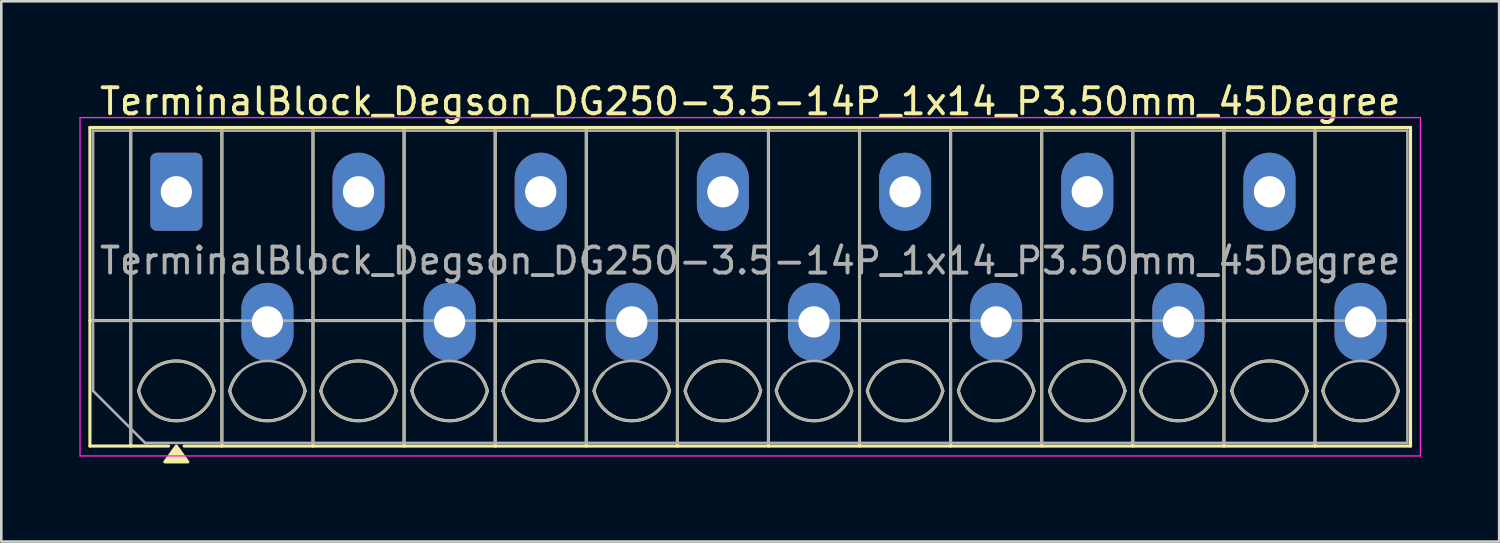
<source format=kicad_pcb>
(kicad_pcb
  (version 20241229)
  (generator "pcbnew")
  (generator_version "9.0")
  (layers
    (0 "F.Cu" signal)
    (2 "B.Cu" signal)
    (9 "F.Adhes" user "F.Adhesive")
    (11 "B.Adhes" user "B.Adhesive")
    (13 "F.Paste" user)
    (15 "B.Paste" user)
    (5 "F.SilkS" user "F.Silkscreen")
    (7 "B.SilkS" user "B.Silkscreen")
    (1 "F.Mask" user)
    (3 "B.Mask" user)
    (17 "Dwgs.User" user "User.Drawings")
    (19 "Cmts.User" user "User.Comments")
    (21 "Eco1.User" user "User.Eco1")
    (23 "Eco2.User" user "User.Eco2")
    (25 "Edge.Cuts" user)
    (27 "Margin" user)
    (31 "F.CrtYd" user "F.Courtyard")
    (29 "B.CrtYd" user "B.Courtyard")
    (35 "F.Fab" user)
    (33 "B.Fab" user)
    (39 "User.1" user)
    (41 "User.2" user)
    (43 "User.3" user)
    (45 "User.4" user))
  (footprint "TerminalBlock_Degson_DG250-3.5-14P_1x14_P3.50mm_45Degree"
    (layer "F.Cu")
    (at 3.725 4.318)
    (property "Reference" "TerminalBlock_Degson_DG250-3.5-14P_1x14_P3.50mm_45Degree" (at 22.05 -3.47 0) (layer "F.SilkS") (effects (font (size 1 1) (thickness 0.15))))
    (attr through_hole)
    (fp_line (start -3.32 -2.47) (end -3.32 9.77) (stroke (width 0.12) (type solid)) (layer "F.SilkS"))
    (fp_line (start -3.32 -2.47) (end 47.42 -2.47) (stroke (width 0.12) (type solid)) (layer "F.SilkS"))
    (fp_line (start -3.32 4.95) (end 2.02 4.95) (stroke (width 0.12) (type solid)) (layer "F.SilkS"))
    (fp_line (start -3.32 9.77) (end -0.3 9.77) (stroke (width 0.12) (type solid)) (layer "F.SilkS"))
    (fp_line (start -1.75 -2.47) (end -1.75 9.77) (stroke (width 0.12) (type solid)) (layer "F.SilkS"))
    (fp_line (start 0.3 9.77) (end 47.42 9.77) (stroke (width 0.12) (type solid)) (layer "F.SilkS"))
    (fp_line (start 1.75 -2.47) (end 1.75 9.77) (stroke (width 0.12) (type solid)) (layer "F.SilkS"))
    (fp_line (start 4.98 4.95) (end 9.02 4.95) (stroke (width 0.12) (type solid)) (layer "F.SilkS"))
    (fp_line (start 5.25 -2.47) (end 5.25 9.77) (stroke (width 0.12) (type solid)) (layer "F.SilkS"))
    (fp_line (start 8.75 -2.47) (end 8.75 9.77) (stroke (width 0.12) (type solid)) (layer "F.SilkS"))
    (fp_line (start 11.98 4.95) (end 16.02 4.95) (stroke (width 0.12) (type solid)) (layer "F.SilkS"))
    (fp_line (start 12.25 -2.47) (end 12.25 9.77) (stroke (width 0.12) (type solid)) (layer "F.SilkS"))
    (fp_line (start 15.75 -2.47) (end 15.75 9.77) (stroke (width 0.12) (type solid)) (layer "F.SilkS"))
    (fp_line (start 18.98 4.95) (end 23.02 4.95) (stroke (width 0.12) (type solid)) (layer "F.SilkS"))
    (fp_line (start 19.25 -2.47) (end 19.25 9.77) (stroke (width 0.12) (type solid)) (layer "F.SilkS"))
    (fp_line (start 22.75 -2.47) (end 22.75 9.77) (stroke (width 0.12) (type solid)) (layer "F.SilkS"))
    (fp_line (start 25.98 4.95) (end 30.02 4.95) (stroke (width 0.12) (type solid)) (layer "F.SilkS"))
    (fp_line (start 26.25 -2.47) (end 26.25 9.77) (stroke (width 0.12) (type solid)) (layer "F.SilkS"))
    (fp_line (start 29.75 -2.47) (end 29.75 9.77) (stroke (width 0.12) (type solid)) (layer "F.SilkS"))
    (fp_line (start 32.98 4.95) (end 37.02 4.95) (stroke (width 0.12) (type solid)) (layer "F.SilkS"))
    (fp_line (start 33.25 -2.47) (end 33.25 9.77) (stroke (width 0.12) (type solid)) (layer "F.SilkS"))
    (fp_line (start 36.75 -2.47) (end 36.75 9.77) (stroke (width 0.12) (type solid)) (layer "F.SilkS"))
    (fp_line (start 39.98 4.95) (end 44.02 4.95) (stroke (width 0.12) (type solid)) (layer "F.SilkS"))
    (fp_line (start 40.25 -2.47) (end 40.25 9.77) (stroke (width 0.12) (type solid)) (layer "F.SilkS"))
    (fp_line (start 43.75 -2.47) (end 43.75 9.77) (stroke (width 0.12) (type solid)) (layer "F.SilkS"))
    (fp_line (start 46.98 4.95) (end 47.42 4.95) (stroke (width 0.12) (type solid)) (layer "F.SilkS"))
    (fp_line (start 47.42 -2.47) (end 47.42 9.77) (stroke (width 0.12) (type solid)) (layer "F.SilkS"))
    (fp_arc (start -1.45 7.65) (mid 0 6.5) (end 1.45 7.65) (stroke (width 0.12) (type solid)) (layer "F.SilkS"))
    (fp_arc (start 1.45 7.65) (mid 0 8.8) (end -1.45 7.65) (stroke (width 0.12) (type solid)) (layer "F.SilkS"))
    (fp_arc (start 2.05 7.65) (mid 2.18402 7.291962) (end 2.405 6.98) (stroke (width 0.12) (type solid)) (layer "F.SilkS"))
    (fp_arc (start 4.595 6.98) (mid 4.81598 7.291962) (end 4.95 7.65) (stroke (width 0.12) (type solid)) (layer "F.SilkS"))
    (fp_arc (start 4.95 7.65) (mid 3.5 8.8) (end 2.05 7.65) (stroke (width 0.12) (type solid)) (layer "F.SilkS"))
    (fp_arc (start 5.55 7.65) (mid 7 6.5) (end 8.45 7.65) (stroke (width 0.12) (type solid)) (layer "F.SilkS"))
    (fp_arc (start 8.45 7.65) (mid 7 8.8) (end 5.55 7.65) (stroke (width 0.12) (type solid)) (layer "F.SilkS"))
    (fp_arc (start 9.05 7.65) (mid 9.18402 7.291962) (end 9.405 6.98) (stroke (width 0.12) (type solid)) (layer "F.SilkS"))
    (fp_arc (start 11.595 6.98) (mid 11.81598 7.291962) (end 11.95 7.65) (stroke (width 0.12) (type solid)) (layer "F.SilkS"))
    (fp_arc (start 11.95 7.65) (mid 10.5 8.8) (end 9.05 7.65) (stroke (width 0.12) (type solid)) (layer "F.SilkS"))
    (fp_arc (start 12.55 7.65) (mid 14 6.5) (end 15.45 7.65) (stroke (width 0.12) (type solid)) (layer "F.SilkS"))
    (fp_arc (start 15.45 7.65) (mid 14 8.8) (end 12.55 7.65) (stroke (width 0.12) (type solid)) (layer "F.SilkS"))
    (fp_arc (start 16.05 7.65) (mid 16.18402 7.291962) (end 16.405 6.98) (stroke (width 0.12) (type solid)) (layer "F.SilkS"))
    (fp_arc (start 18.595 6.98) (mid 18.81598 7.291962) (end 18.95 7.65) (stroke (width 0.12) (type solid)) (layer "F.SilkS"))
    (fp_arc (start 18.95 7.65) (mid 17.5 8.8) (end 16.05 7.65) (stroke (width 0.12) (type solid)) (layer "F.SilkS"))
    (fp_arc (start 19.55 7.65) (mid 21 6.5) (end 22.45 7.65) (stroke (width 0.12) (type solid)) (layer "F.SilkS"))
    (fp_arc (start 22.45 7.65) (mid 21 8.8) (end 19.55 7.65) (stroke (width 0.12) (type solid)) (layer "F.SilkS"))
    (fp_arc (start 23.05 7.65) (mid 23.18402 7.291962) (end 23.405 6.98) (stroke (width 0.12) (type solid)) (layer "F.SilkS"))
    (fp_arc (start 25.595 6.98) (mid 25.81598 7.291962) (end 25.95 7.65) (stroke (width 0.12) (type solid)) (layer "F.SilkS"))
    (fp_arc (start 25.95 7.65) (mid 24.5 8.8) (end 23.05 7.65) (stroke (width 0.12) (type solid)) (layer "F.SilkS"))
    (fp_arc (start 26.55 7.65) (mid 28 6.5) (end 29.45 7.65) (stroke (width 0.12) (type solid)) (layer "F.SilkS"))
    (fp_arc (start 29.45 7.65) (mid 28 8.8) (end 26.55 7.65) (stroke (width 0.12) (type solid)) (layer "F.SilkS"))
    (fp_arc (start 30.05 7.65) (mid 30.18402 7.291962) (end 30.405 6.98) (stroke (width 0.12) (type solid)) (layer "F.SilkS"))
    (fp_arc (start 32.595 6.98) (mid 32.81598 7.291962) (end 32.95 7.65) (stroke (width 0.12) (type solid)) (layer "F.SilkS"))
    (fp_arc (start 32.95 7.65) (mid 31.5 8.8) (end 30.05 7.65) (stroke (width 0.12) (type solid)) (layer "F.SilkS"))
    (fp_arc (start 33.55 7.65) (mid 35 6.5) (end 36.45 7.65) (stroke (width 0.12) (type solid)) (layer "F.SilkS"))
    (fp_arc (start 36.45 7.65) (mid 35 8.8) (end 33.55 7.65) (stroke (width 0.12) (type solid)) (layer "F.SilkS"))
    (fp_arc (start 37.05 7.65) (mid 37.18402 7.291962) (end 37.405 6.98) (stroke (width 0.12) (type solid)) (layer "F.SilkS"))
    (fp_arc (start 39.595 6.98) (mid 39.81598 7.291962) (end 39.95 7.65) (stroke (width 0.12) (type solid)) (layer "F.SilkS"))
    (fp_arc (start 39.95 7.65) (mid 38.5 8.8) (end 37.05 7.65) (stroke (width 0.12) (type solid)) (layer "F.SilkS"))
    (fp_arc (start 40.55 7.65) (mid 42 6.5) (end 43.45 7.65) (stroke (width 0.12) (type solid)) (layer "F.SilkS"))
    (fp_arc (start 43.45 7.65) (mid 42 8.8) (end 40.55 7.65) (stroke (width 0.12) (type solid)) (layer "F.SilkS"))
    (fp_arc (start 44.05 7.65) (mid 44.18402 7.291962) (end 44.405 6.98) (stroke (width 0.12) (type solid)) (layer "F.SilkS"))
    (fp_arc (start 46.595 6.98) (mid 46.81598 7.291962) (end 46.95 7.65) (stroke (width 0.12) (type solid)) (layer "F.SilkS"))
    (fp_arc (start 46.95 7.65) (mid 45.5 8.8) (end 44.05 7.65) (stroke (width 0.12) (type solid)) (layer "F.SilkS"))
    (fp_poly (pts (xy 0 9.77) (xy 0.44 10.38) (xy -0.44 10.38)) (stroke (width 0.12) (type solid)) (fill yes) (layer "F.SilkS"))
    (fp_line (start -3.7 -2.85) (end -3.7 10.15) (stroke (width 0.05) (type solid)) (layer "F.CrtYd"))
    (fp_line (start -3.7 10.15) (end 47.8 10.15) (stroke (width 0.05) (type solid)) (layer "F.CrtYd"))
    (fp_line (start 47.8 -2.85) (end -3.7 -2.85) (stroke (width 0.05) (type solid)) (layer "F.CrtYd"))
    (fp_line (start 47.8 10.15) (end 47.8 -2.85) (stroke (width 0.05) (type solid)) (layer "F.CrtYd"))
    (fp_line (start -3.2 -2.35) (end 47.3 -2.35) (stroke (width 0.1) (type solid)) (layer "F.Fab"))
    (fp_line (start -3.2 4.95) (end 47.3 4.95) (stroke (width 0.1) (type solid)) (layer "F.Fab"))
    (fp_line (start -3.2 7.65) (end -3.2 -2.35) (stroke (width 0.1) (type solid)) (layer "F.Fab"))
    (fp_line (start -1.75 -2.35) (end -1.75 9.65) (stroke (width 0.1) (type solid)) (layer "F.Fab"))
    (fp_line (start -1.2 9.65) (end -3.2 7.65) (stroke (width 0.1) (type solid)) (layer "F.Fab"))
    (fp_line (start 1.75 -2.35) (end 1.75 9.65) (stroke (width 0.1) (type solid)) (layer "F.Fab"))
    (fp_line (start 5.25 -2.35) (end 5.25 9.65) (stroke (width 0.1) (type solid)) (layer "F.Fab"))
    (fp_line (start 8.75 -2.35) (end 8.75 9.65) (stroke (width 0.1) (type solid)) (layer "F.Fab"))
    (fp_line (start 12.25 -2.35) (end 12.25 9.65) (stroke (width 0.1) (type solid)) (layer "F.Fab"))
    (fp_line (start 15.75 -2.35) (end 15.75 9.65) (stroke (width 0.1) (type solid)) (layer "F.Fab"))
    (fp_line (start 19.25 -2.35) (end 19.25 9.65) (stroke (width 0.1) (type solid)) (layer "F.Fab"))
    (fp_line (start 22.75 -2.35) (end 22.75 9.65) (stroke (width 0.1) (type solid)) (layer "F.Fab"))
    (fp_line (start 26.25 -2.35) (end 26.25 9.65) (stroke (width 0.1) (type solid)) (layer "F.Fab"))
    (fp_line (start 29.75 -2.35) (end 29.75 9.65) (stroke (width 0.1) (type solid)) (layer "F.Fab"))
    (fp_line (start 33.25 -2.35) (end 33.25 9.65) (stroke (width 0.1) (type solid)) (layer "F.Fab"))
    (fp_line (start 36.75 -2.35) (end 36.75 9.65) (stroke (width 0.1) (type solid)) (layer "F.Fab"))
    (fp_line (start 40.25 -2.35) (end 40.25 9.65) (stroke (width 0.1) (type solid)) (layer "F.Fab"))
    (fp_line (start 43.75 -2.35) (end 43.75 9.65) (stroke (width 0.1) (type solid)) (layer "F.Fab"))
    (fp_line (start 47.3 -2.35) (end 47.3 9.65) (stroke (width 0.1) (type solid)) (layer "F.Fab"))
    (fp_line (start 47.3 9.65) (end -1.2 9.65) (stroke (width 0.1) (type solid)) (layer "F.Fab"))
    (fp_arc (start -1.45 7.65) (mid 0 6.5) (end 1.45 7.65) (stroke (width 0.1) (type solid)) (layer "F.Fab"))
    (fp_arc (start 1.45 7.65) (mid 0 8.8) (end -1.45 7.65) (stroke (width 0.1) (type solid)) (layer "F.Fab"))
    (fp_arc (start 2.05 7.65) (mid 3.5 6.5) (end 4.95 7.65) (stroke (width 0.1) (type solid)) (layer "F.Fab"))
    (fp_arc (start 4.95 7.65) (mid 3.5 8.8) (end 2.05 7.65) (stroke (width 0.1) (type solid)) (layer "F.Fab"))
    (fp_arc (start 5.55 7.65) (mid 7 6.5) (end 8.45 7.65) (stroke (width 0.1) (type solid)) (layer "F.Fab"))
    (fp_arc (start 8.45 7.65) (mid 7 8.8) (end 5.55 7.65) (stroke (width 0.1) (type solid)) (layer "F.Fab"))
    (fp_arc (start 9.05 7.65) (mid 10.5 6.5) (end 11.95 7.65) (stroke (width 0.1) (type solid)) (layer "F.Fab"))
    (fp_arc (start 11.95 7.65) (mid 10.5 8.8) (end 9.05 7.65) (stroke (width 0.1) (type solid)) (layer "F.Fab"))
    (fp_arc (start 12.55 7.65) (mid 14 6.5) (end 15.45 7.65) (stroke (width 0.1) (type solid)) (layer "F.Fab"))
    (fp_arc (start 15.45 7.65) (mid 14 8.8) (end 12.55 7.65) (stroke (width 0.1) (type solid)) (layer "F.Fab"))
    (fp_arc (start 16.05 7.65) (mid 17.5 6.5) (end 18.95 7.65) (stroke (width 0.1) (type solid)) (layer "F.Fab"))
    (fp_arc (start 18.95 7.65) (mid 17.5 8.8) (end 16.05 7.65) (stroke (width 0.1) (type solid)) (layer "F.Fab"))
    (fp_arc (start 19.55 7.65) (mid 21 6.5) (end 22.45 7.65) (stroke (width 0.1) (type solid)) (layer "F.Fab"))
    (fp_arc (start 22.45 7.65) (mid 21 8.8) (end 19.55 7.65) (stroke (width 0.1) (type solid)) (layer "F.Fab"))
    (fp_arc (start 23.05 7.65) (mid 24.5 6.5) (end 25.95 7.65) (stroke (width 0.1) (type solid)) (layer "F.Fab"))
    (fp_arc (start 25.95 7.65) (mid 24.5 8.8) (end 23.05 7.65) (stroke (width 0.1) (type solid)) (layer "F.Fab"))
    (fp_arc (start 26.55 7.65) (mid 28 6.5) (end 29.45 7.65) (stroke (width 0.1) (type solid)) (layer "F.Fab"))
    (fp_arc (start 29.45 7.65) (mid 28 8.8) (end 26.55 7.65) (stroke (width 0.1) (type solid)) (layer "F.Fab"))
    (fp_arc (start 30.05 7.65) (mid 31.5 6.5) (end 32.95 7.65) (stroke (width 0.1) (type solid)) (layer "F.Fab"))
    (fp_arc (start 32.95 7.65) (mid 31.5 8.8) (end 30.05 7.65) (stroke (width 0.1) (type solid)) (layer "F.Fab"))
    (fp_arc (start 33.55 7.65) (mid 35 6.5) (end 36.45 7.65) (stroke (width 0.1) (type solid)) (layer "F.Fab"))
    (fp_arc (start 36.45 7.65) (mid 35 8.8) (end 33.55 7.65) (stroke (width 0.1) (type solid)) (layer "F.Fab"))
    (fp_arc (start 37.05 7.65) (mid 38.5 6.5) (end 39.95 7.65) (stroke (width 0.1) (type solid)) (layer "F.Fab"))
    (fp_arc (start 39.95 7.65) (mid 38.5 8.8) (end 37.05 7.65) (stroke (width 0.1) (type solid)) (layer "F.Fab"))
    (fp_arc (start 40.55 7.65) (mid 42 6.5) (end 43.45 7.65) (stroke (width 0.1) (type solid)) (layer "F.Fab"))
    (fp_arc (start 43.45 7.65) (mid 42 8.8) (end 40.55 7.65) (stroke (width 0.1) (type solid)) (layer "F.Fab"))
    (fp_arc (start 44.05 7.65) (mid 45.5 6.5) (end 46.95 7.65) (stroke (width 0.1) (type solid)) (layer "F.Fab"))
    (fp_arc (start 46.95 7.65) (mid 45.5 8.8) (end 44.05 7.65) (stroke (width 0.1) (type solid)) (layer "F.Fab"))
    (fp_text user "${REFERENCE}" (at 22.05 2.65 0) (layer "F.Fab") (effects (font (size 1 1) (thickness 0.15))))
    (pad "1" thru_hole roundrect (at 0 0) (size 2 3) (drill 1.2) (layers "*.Cu" "*.Mask") (roundrect_rratio 0.125))
    (pad "2" thru_hole oval (at 3.5 5) (size 2 3) (drill 1.2) (layers "*.Cu" "*.Mask"))
    (pad "3" thru_hole oval (at 7 0) (size 2 3) (drill 1.2) (layers "*.Cu" "*.Mask"))
    (pad "4" thru_hole oval (at 10.5 5) (size 2 3) (drill 1.2) (layers "*.Cu" "*.Mask"))
    (pad "5" thru_hole oval (at 14 0) (size 2 3) (drill 1.2) (layers "*.Cu" "*.Mask"))
    (pad "6" thru_hole oval (at 17.5 5) (size 2 3) (drill 1.2) (layers "*.Cu" "*.Mask"))
    (pad "7" thru_hole oval (at 21 0) (size 2 3) (drill 1.2) (layers "*.Cu" "*.Mask"))
    (pad "8" thru_hole oval (at 24.5 5) (size 2 3) (drill 1.2) (layers "*.Cu" "*.Mask"))
    (pad "9" thru_hole oval (at 28 0) (size 2 3) (drill 1.2) (layers "*.Cu" "*.Mask"))
    (pad "10" thru_hole oval (at 31.5 5) (size 2 3) (drill 1.2) (layers "*.Cu" "*.Mask"))
    (pad "11" thru_hole oval (at 35 0) (size 2 3) (drill 1.2) (layers "*.Cu" "*.Mask"))
    (pad "12" thru_hole oval (at 38.5 5) (size 2 3) (drill 1.2) (layers "*.Cu" "*.Mask"))
    (pad "13" thru_hole oval (at 42 0) (size 2 3) (drill 1.2) (layers "*.Cu" "*.Mask"))
    (pad "14" thru_hole oval (at 45.5 5) (size 2 3) (drill 1.2) (layers "*.Cu" "*.Mask")))
  (gr_rect
    (start -3 -3)
    (end 54.55 17.758)
    (stroke (width 0.1) (type default))
    (fill no)
    (layer "Edge.Cuts")))
</source>
